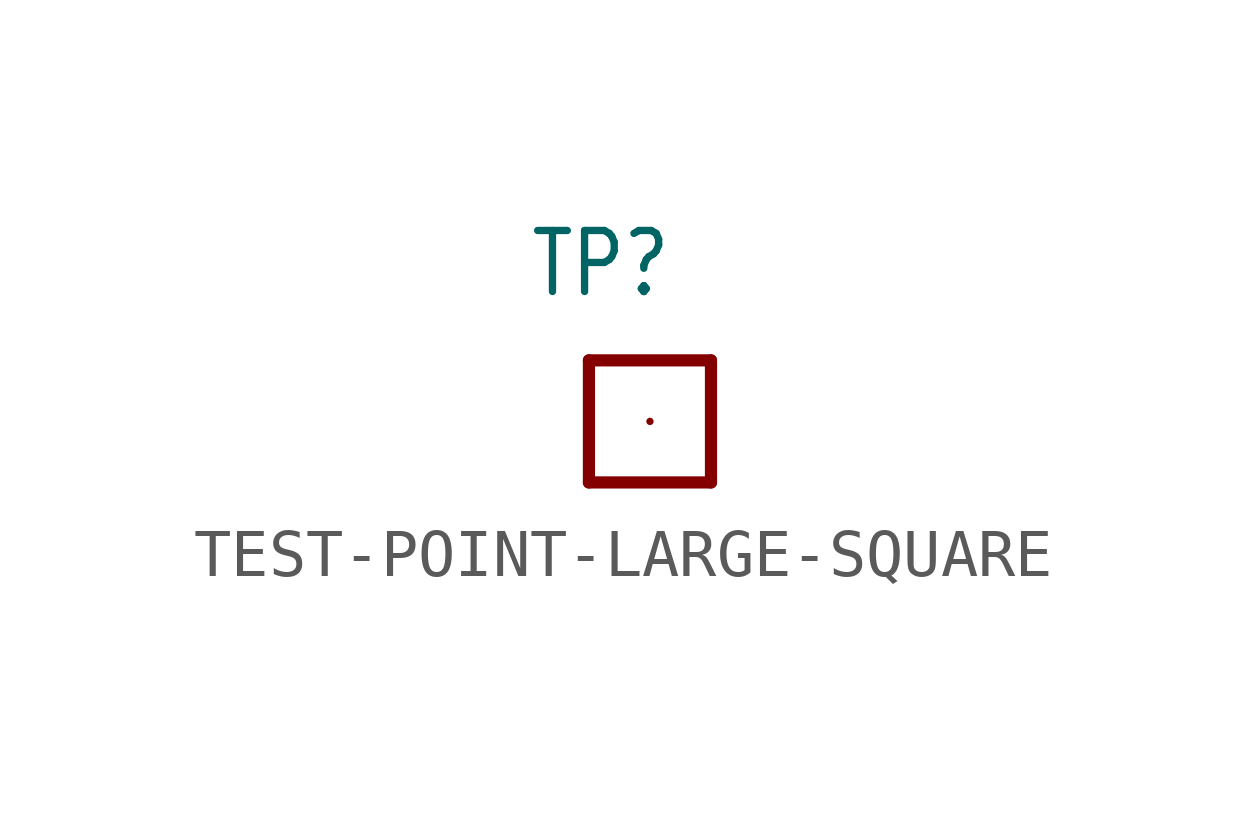
<source format=kicad_sym>
(kicad_symbol_lib
  (version 20211014)
  (generator kicad_symbol_editor)
  (symbol "TEST-POINT-LARGE-SQUARE"
    (property "Reference" "TP"
      (at -2.54 2.54 0)
      (effects (font (size 1.27 1.079)) (justify left bottom)))
    (property "ki_locked" ""
      (at 0 0 0)
      (effects (font (size 1.27 1.27))))
    (symbol "TEST-POINT-LARGE-SQUARE_1_0"
      (polyline (pts (xy -1.27 -1.27) (xy -1.27 1.27)) (stroke (width 0.254) (type default)) (fill (type none)))
      (polyline (pts (xy -1.27 1.27) (xy 1.27 1.27)) (stroke (width 0.254) (type default)) (fill (type none)))
      (polyline (pts (xy 1.27 -1.27) (xy -1.27 -1.27)) (stroke (width 0.254) (type default)) (fill (type none)))
      (polyline (pts (xy 1.27 1.27) (xy 1.27 -1.27)) (stroke (width 0.254) (type default)) (fill (type none)))
      (pin passive line (at 0 0 0) (length 0) (name "1" (effects (font (size 0 0)))) (number "1" (effects (font (size 0 0))))))))
</source>
